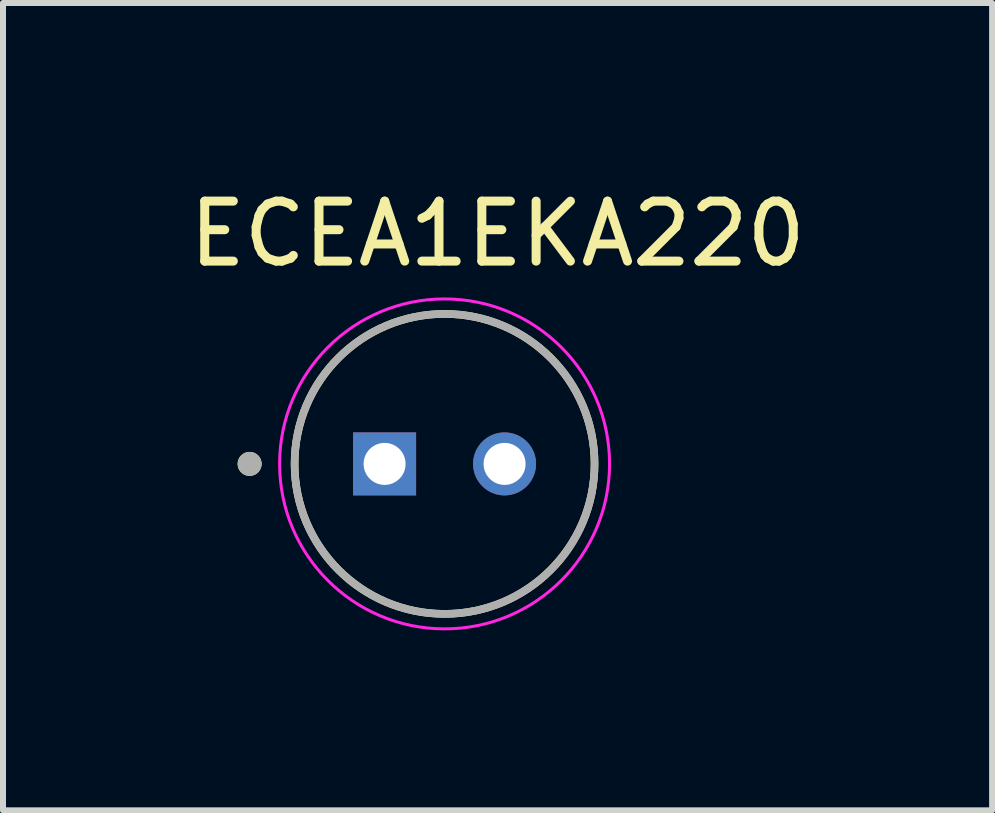
<source format=kicad_pcb>
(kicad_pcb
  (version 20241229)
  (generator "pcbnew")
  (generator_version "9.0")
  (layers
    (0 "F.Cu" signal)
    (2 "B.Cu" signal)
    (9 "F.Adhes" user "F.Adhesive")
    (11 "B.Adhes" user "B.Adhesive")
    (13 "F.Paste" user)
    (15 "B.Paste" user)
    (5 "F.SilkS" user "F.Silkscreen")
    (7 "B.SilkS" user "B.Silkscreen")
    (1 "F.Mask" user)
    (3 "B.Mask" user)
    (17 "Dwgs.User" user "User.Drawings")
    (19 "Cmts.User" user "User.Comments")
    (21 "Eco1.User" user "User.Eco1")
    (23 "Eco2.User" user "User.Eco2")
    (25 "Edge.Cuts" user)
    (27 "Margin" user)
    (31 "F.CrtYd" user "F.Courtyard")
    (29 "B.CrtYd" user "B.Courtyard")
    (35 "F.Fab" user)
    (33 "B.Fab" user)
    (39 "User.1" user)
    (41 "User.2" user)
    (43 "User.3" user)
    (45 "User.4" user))
  (footprint "ECEA1EKA220"
    (layer "F.Cu")
    (at 4.361 4.683)
    (property "Reference" "ECEA1EKA220" (at 0.883 -3.835 0) (layer "F.SilkS") (effects (font (size 1 1) (thickness 0.15))))
    (attr through_hole)
    (fp_circle (center -3.25 0) (end -3.15 0) (stroke (width 0.2) (type solid)) (fill no) (layer "F.SilkS"))
    (fp_circle (center 0 0) (end 2.5 0) (stroke (width 0.127) (type solid)) (fill no) (layer "F.SilkS"))
    (fp_circle (center 0 0) (end 2.75 0) (stroke (width 0.05) (type solid)) (fill no) (layer "F.CrtYd"))
    (fp_circle (center -3.25 0) (end -3.15 0) (stroke (width 0.2) (type solid)) (fill no) (layer "F.Fab"))
    (fp_circle (center 0 0) (end 2.5 0) (stroke (width 0.127) (type solid)) (fill no) (layer "F.Fab"))
    (pad "N" thru_hole circle (at 1 0) (size 1.05 1.05) (drill 0.7) (layers "*.Cu" "*.Mask"))
    (pad "P" thru_hole rect (at -1 0) (size 1.05 1.05) (drill 0.7) (layers "*.Cu" "*.Mask")))
  (gr_rect
    (start -3 -3)
    (end 13.488 10.458)
    (stroke (width 0.1) (type default))
    (fill no)
    (layer "Edge.Cuts")))
</source>
